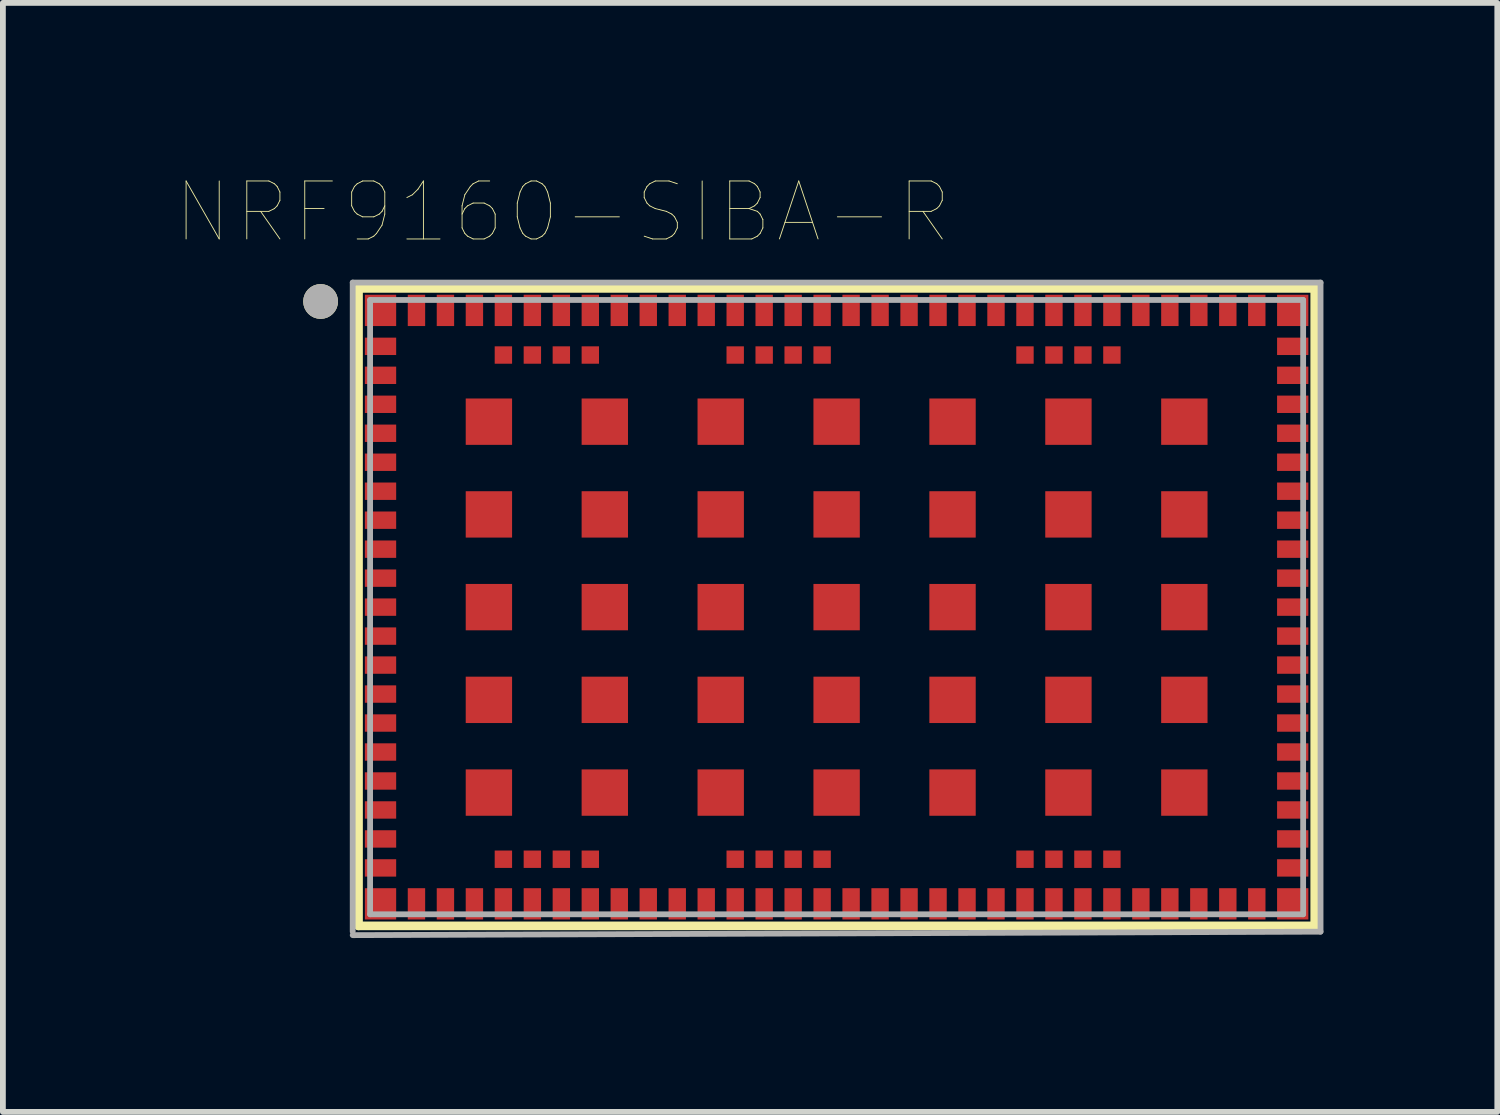
<source format=kicad_pcb>
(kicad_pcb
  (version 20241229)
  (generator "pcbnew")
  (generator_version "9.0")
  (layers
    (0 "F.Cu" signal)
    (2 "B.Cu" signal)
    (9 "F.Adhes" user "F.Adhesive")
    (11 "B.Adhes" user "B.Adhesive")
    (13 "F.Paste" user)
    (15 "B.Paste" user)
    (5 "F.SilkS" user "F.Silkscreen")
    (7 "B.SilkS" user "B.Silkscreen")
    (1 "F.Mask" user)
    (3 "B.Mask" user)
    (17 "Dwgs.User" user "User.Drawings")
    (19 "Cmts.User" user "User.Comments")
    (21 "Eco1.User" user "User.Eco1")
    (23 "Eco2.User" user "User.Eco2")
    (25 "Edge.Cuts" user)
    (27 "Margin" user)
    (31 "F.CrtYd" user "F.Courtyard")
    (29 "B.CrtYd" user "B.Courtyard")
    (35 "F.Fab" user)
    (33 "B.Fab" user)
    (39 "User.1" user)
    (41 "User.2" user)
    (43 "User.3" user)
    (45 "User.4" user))
  (footprint "NRF9160-SIBA-R"
    (layer "F.Cu")
    (at 11.386 7.426)
    (property "Reference" "NRF9160-SIBA-R" (at -4.725 -6.815 0) (layer "F.SilkS") (effects (font (size 1 1) (thickness 0.015))))
    (attr through_hole)
    (fp_line (start -8.25 -5.5) (end 8.25 -5.5) (stroke (width 0.15) (type solid)) (layer "F.SilkS"))
    (fp_line (start -8.25 5.5) (end -8.25 -5.5) (stroke (width 0.15) (type solid)) (layer "F.SilkS"))
    (fp_line (start 8.25 -5.5) (end 8.25 5.5) (stroke (width 0.15) (type solid)) (layer "F.SilkS"))
    (fp_line (start 8.25 5.5) (end -8.25 5.5) (stroke (width 0.15) (type solid)) (layer "F.SilkS"))
    (fp_circle (center -8.904 -5.274) (end -8.754 -5.274) (stroke (width 0.3) (type solid)) (fill no) (layer "F.SilkS"))
    (fp_line (start -8.35 -5.6) (end -8.35 5.6) (stroke (width 0.1) (type solid)) (layer "F.Fab"))
    (fp_line (start -8.35 5.66) (end 8.35 5.6) (stroke (width 0.1) (type solid)) (layer "F.Fab"))
    (fp_line (start -8.05 -5.3) (end -8.05 5.3) (stroke (width 0.1) (type solid)) (layer "F.Fab"))
    (fp_line (start -8.05 5.3) (end 8.05 5.3) (stroke (width 0.1) (type solid)) (layer "F.Fab"))
    (fp_line (start 8.05 -5.3) (end -8.05 -5.3) (stroke (width 0.1) (type solid)) (layer "F.Fab"))
    (fp_line (start 8.05 5.3) (end 8.05 -5.3) (stroke (width 0.1) (type solid)) (layer "F.Fab"))
    (fp_line (start 8.35 -5.6) (end -8.35 -5.6) (stroke (width 0.1) (type solid)) (layer "F.Fab"))
    (fp_line (start 8.35 5.6) (end 8.35 -5.6) (stroke (width 0.1) (type solid)) (layer "F.Fab"))
    (fp_circle (center -8.904 -5.274) (end -8.754 -5.274) (stroke (width 0.3) (type solid)) (fill no) (layer "F.Fab"))
    (pad "1" smd rect (at -7.87 -5.12) (size 0.54 0.54) (layers "F.Cu" "F.Mask" "F.Paste"))
    (pad "2" smd rect (at -7.87 -4.5) (size 0.54 0.3) (layers "F.Cu" "F.Mask" "F.Paste"))
    (pad "3" smd rect (at -7.87 -4) (size 0.54 0.3) (layers "F.Cu" "F.Mask" "F.Paste"))
    (pad "4" smd rect (at -7.87 -3.5) (size 0.54 0.3) (layers "F.Cu" "F.Mask" "F.Paste"))
    (pad "5" smd rect (at -7.87 -3) (size 0.54 0.3) (layers "F.Cu" "F.Mask" "F.Paste"))
    (pad "6" smd rect (at -7.87 -2.5) (size 0.54 0.3) (layers "F.Cu" "F.Mask" "F.Paste"))
    (pad "7" smd rect (at -7.87 -2) (size 0.54 0.3) (layers "F.Cu" "F.Mask" "F.Paste"))
    (pad "8" smd rect (at -7.87 -1.5) (size 0.54 0.3) (layers "F.Cu" "F.Mask" "F.Paste"))
    (pad "9" smd rect (at -7.87 -1) (size 0.54 0.3) (layers "F.Cu" "F.Mask" "F.Paste"))
    (pad "10" smd rect (at -7.87 -0.5) (size 0.54 0.3) (layers "F.Cu" "F.Mask" "F.Paste"))
    (pad "11" smd rect (at -7.87 0) (size 0.54 0.3) (layers "F.Cu" "F.Mask" "F.Paste"))
    (pad "12" smd rect (at -7.87 0.5) (size 0.54 0.3) (layers "F.Cu" "F.Mask" "F.Paste"))
    (pad "13" smd rect (at -7.87 1) (size 0.54 0.3) (layers "F.Cu" "F.Mask" "F.Paste"))
    (pad "14" smd rect (at -7.87 1.5) (size 0.54 0.3) (layers "F.Cu" "F.Mask" "F.Paste"))
    (pad "15" smd rect (at -7.87 2) (size 0.54 0.3) (layers "F.Cu" "F.Mask" "F.Paste"))
    (pad "16" smd rect (at -7.87 2.5) (size 0.54 0.3) (layers "F.Cu" "F.Mask" "F.Paste"))
    (pad "17" smd rect (at -7.87 3) (size 0.54 0.3) (layers "F.Cu" "F.Mask" "F.Paste"))
    (pad "18" smd rect (at -7.87 3.5) (size 0.54 0.3) (layers "F.Cu" "F.Mask" "F.Paste"))
    (pad "19" smd rect (at -7.87 4) (size 0.54 0.3) (layers "F.Cu" "F.Mask" "F.Paste"))
    (pad "20" smd rect (at -7.87 4.5) (size 0.54 0.3) (layers "F.Cu" "F.Mask" "F.Paste"))
    (pad "21" smd rect (at -7.87 5.12) (size 0.54 0.54) (layers "F.Cu" "F.Mask" "F.Paste"))
    (pad "22" smd rect (at -7.25 5.12) (size 0.3 0.54) (layers "F.Cu" "F.Mask" "F.Paste"))
    (pad "23" smd rect (at -6.75 5.12) (size 0.3 0.54) (layers "F.Cu" "F.Mask" "F.Paste"))
    (pad "24" smd rect (at -6.25 5.12) (size 0.3 0.54) (layers "F.Cu" "F.Mask" "F.Paste"))
    (pad "25" smd rect (at -5.75 5.12) (size 0.3 0.54) (layers "F.Cu" "F.Mask" "F.Paste"))
    (pad "26" smd rect (at -5.25 5.12) (size 0.3 0.54) (layers "F.Cu" "F.Mask" "F.Paste"))
    (pad "27" smd rect (at -4.75 5.12) (size 0.3 0.54) (layers "F.Cu" "F.Mask" "F.Paste"))
    (pad "28" smd rect (at -4.25 5.12) (size 0.3 0.54) (layers "F.Cu" "F.Mask" "F.Paste"))
    (pad "29" smd rect (at -3.75 5.12) (size 0.3 0.54) (layers "F.Cu" "F.Mask" "F.Paste"))
    (pad "30" smd rect (at -3.25 5.12) (size 0.3 0.54) (layers "F.Cu" "F.Mask" "F.Paste"))
    (pad "31" smd rect (at -2.75 5.12) (size 0.3 0.54) (layers "F.Cu" "F.Mask" "F.Paste"))
    (pad "32" smd rect (at -2.25 5.12) (size 0.3 0.54) (layers "F.Cu" "F.Mask" "F.Paste"))
    (pad "33" smd rect (at -1.75 5.12) (size 0.3 0.54) (layers "F.Cu" "F.Mask" "F.Paste"))
    (pad "34" smd rect (at -1.25 5.12) (size 0.3 0.54) (layers "F.Cu" "F.Mask" "F.Paste"))
    (pad "35" smd rect (at -0.75 5.12) (size 0.3 0.54) (layers "F.Cu" "F.Mask" "F.Paste"))
    (pad "36" smd rect (at -0.25 5.12) (size 0.3 0.54) (layers "F.Cu" "F.Mask" "F.Paste"))
    (pad "37" smd rect (at 0.25 5.12) (size 0.3 0.54) (layers "F.Cu" "F.Mask" "F.Paste"))
    (pad "38" smd rect (at 0.75 5.12) (size 0.3 0.54) (layers "F.Cu" "F.Mask" "F.Paste"))
    (pad "39" smd rect (at 1.25 5.12) (size 0.3 0.54) (layers "F.Cu" "F.Mask" "F.Paste"))
    (pad "40" smd rect (at 1.75 5.12) (size 0.3 0.54) (layers "F.Cu" "F.Mask" "F.Paste"))
    (pad "41" smd rect (at 2.25 5.12) (size 0.3 0.54) (layers "F.Cu" "F.Mask" "F.Paste"))
    (pad "42" smd rect (at 2.75 5.12) (size 0.3 0.54) (layers "F.Cu" "F.Mask" "F.Paste"))
    (pad "43" smd rect (at 3.25 5.12) (size 0.3 0.54) (layers "F.Cu" "F.Mask" "F.Paste"))
    (pad "44" smd rect (at 3.75 5.12) (size 0.3 0.54) (layers "F.Cu" "F.Mask" "F.Paste"))
    (pad "45" smd rect (at 4.25 5.12) (size 0.3 0.54) (layers "F.Cu" "F.Mask" "F.Paste"))
    (pad "46" smd rect (at 4.75 5.12) (size 0.3 0.54) (layers "F.Cu" "F.Mask" "F.Paste"))
    (pad "47" smd rect (at 5.25 5.12) (size 0.3 0.54) (layers "F.Cu" "F.Mask" "F.Paste"))
    (pad "48" smd rect (at 5.75 5.12) (size 0.3 0.54) (layers "F.Cu" "F.Mask" "F.Paste"))
    (pad "49" smd rect (at 6.25 5.12) (size 0.3 0.54) (layers "F.Cu" "F.Mask" "F.Paste"))
    (pad "50" smd rect (at 6.75 5.12) (size 0.3 0.54) (layers "F.Cu" "F.Mask" "F.Paste"))
    (pad "51" smd rect (at 7.25 5.12) (size 0.3 0.54) (layers "F.Cu" "F.Mask" "F.Paste"))
    (pad "52" smd rect (at 7.87 5.12) (size 0.54 0.54) (layers "F.Cu" "F.Mask" "F.Paste"))
    (pad "53" smd rect (at 7.87 4.5) (size 0.54 0.3) (layers "F.Cu" "F.Mask" "F.Paste"))
    (pad "54" smd rect (at 7.87 4) (size 0.54 0.3) (layers "F.Cu" "F.Mask" "F.Paste"))
    (pad "55" smd rect (at 7.87 3.5) (size 0.54 0.3) (layers "F.Cu" "F.Mask" "F.Paste"))
    (pad "56" smd rect (at 7.87 3) (size 0.54 0.3) (layers "F.Cu" "F.Mask" "F.Paste"))
    (pad "57" smd rect (at 7.87 2.5) (size 0.54 0.3) (layers "F.Cu" "F.Mask" "F.Paste"))
    (pad "58" smd rect (at 7.87 2) (size 0.54 0.3) (layers "F.Cu" "F.Mask" "F.Paste"))
    (pad "59" smd rect (at 7.87 1.5) (size 0.54 0.3) (layers "F.Cu" "F.Mask" "F.Paste"))
    (pad "60" smd rect (at 7.87 1) (size 0.54 0.3) (layers "F.Cu" "F.Mask" "F.Paste"))
    (pad "61" smd rect (at 7.87 0.5) (size 0.54 0.3) (layers "F.Cu" "F.Mask" "F.Paste"))
    (pad "62" smd rect (at 7.87 0) (size 0.54 0.3) (layers "F.Cu" "F.Mask" "F.Paste"))
    (pad "63" smd rect (at 7.87 -0.5) (size 0.54 0.3) (layers "F.Cu" "F.Mask" "F.Paste"))
    (pad "64" smd rect (at 7.87 -1) (size 0.54 0.3) (layers "F.Cu" "F.Mask" "F.Paste"))
    (pad "65" smd rect (at 7.87 -1.5) (size 0.54 0.3) (layers "F.Cu" "F.Mask" "F.Paste"))
    (pad "66" smd rect (at 7.87 -2) (size 0.54 0.3) (layers "F.Cu" "F.Mask" "F.Paste"))
    (pad "67" smd rect (at 7.87 -2.5) (size 0.54 0.3) (layers "F.Cu" "F.Mask" "F.Paste"))
    (pad "68" smd rect (at 7.87 -3) (size 0.54 0.3) (layers "F.Cu" "F.Mask" "F.Paste"))
    (pad "69" smd rect (at 7.87 -3.5) (size 0.54 0.3) (layers "F.Cu" "F.Mask" "F.Paste"))
    (pad "70" smd rect (at 7.87 -4) (size 0.54 0.3) (layers "F.Cu" "F.Mask" "F.Paste"))
    (pad "71" smd rect (at 7.87 -4.5) (size 0.54 0.3) (layers "F.Cu" "F.Mask" "F.Paste"))
    (pad "72" smd rect (at 7.87 -5.12) (size 0.54 0.54) (layers "F.Cu" "F.Mask" "F.Paste"))
    (pad "73" smd rect (at 7.25 -5.12) (size 0.3 0.54) (layers "F.Cu" "F.Mask" "F.Paste"))
    (pad "74" smd rect (at 6.75 -5.12) (size 0.3 0.54) (layers "F.Cu" "F.Mask" "F.Paste"))
    (pad "75" smd rect (at 6.25 -5.12) (size 0.3 0.54) (layers "F.Cu" "F.Mask" "F.Paste"))
    (pad "76" smd rect (at 5.75 -5.12) (size 0.3 0.54) (layers "F.Cu" "F.Mask" "F.Paste"))
    (pad "77" smd rect (at 5.25 -5.12) (size 0.3 0.54) (layers "F.Cu" "F.Mask" "F.Paste"))
    (pad "78" smd rect (at 4.75 -5.12) (size 0.3 0.54) (layers "F.Cu" "F.Mask" "F.Paste"))
    (pad "79" smd rect (at 4.25 -5.12) (size 0.3 0.54) (layers "F.Cu" "F.Mask" "F.Paste"))
    (pad "80" smd rect (at 3.75 -5.12) (size 0.3 0.54) (layers "F.Cu" "F.Mask" "F.Paste"))
    (pad "81" smd rect (at 3.25 -5.12) (size 0.3 0.54) (layers "F.Cu" "F.Mask" "F.Paste"))
    (pad "82" smd rect (at 2.75 -5.12) (size 0.3 0.54) (layers "F.Cu" "F.Mask" "F.Paste"))
    (pad "83" smd rect (at 2.25 -5.12) (size 0.3 0.54) (layers "F.Cu" "F.Mask" "F.Paste"))
    (pad "84" smd rect (at 1.75 -5.12) (size 0.3 0.54) (layers "F.Cu" "F.Mask" "F.Paste"))
    (pad "85" smd rect (at 1.25 -5.12) (size 0.3 0.54) (layers "F.Cu" "F.Mask" "F.Paste"))
    (pad "86" smd rect (at 0.75 -5.12) (size 0.3 0.54) (layers "F.Cu" "F.Mask" "F.Paste"))
    (pad "87" smd rect (at 0.25 -5.12) (size 0.3 0.54) (layers "F.Cu" "F.Mask" "F.Paste"))
    (pad "88" smd rect (at -0.25 -5.12) (size 0.3 0.54) (layers "F.Cu" "F.Mask" "F.Paste"))
    (pad "89" smd rect (at -0.75 -5.12) (size 0.3 0.54) (layers "F.Cu" "F.Mask" "F.Paste"))
    (pad "90" smd rect (at -1.25 -5.12) (size 0.3 0.54) (layers "F.Cu" "F.Mask" "F.Paste"))
    (pad "91" smd rect (at -1.75 -5.12) (size 0.3 0.54) (layers "F.Cu" "F.Mask" "F.Paste"))
    (pad "92" smd rect (at -2.25 -5.12) (size 0.3 0.54) (layers "F.Cu" "F.Mask" "F.Paste"))
    (pad "93" smd rect (at -2.75 -5.12) (size 0.3 0.54) (layers "F.Cu" "F.Mask" "F.Paste"))
    (pad "94" smd rect (at -3.25 -5.12) (size 0.3 0.54) (layers "F.Cu" "F.Mask" "F.Paste"))
    (pad "95" smd rect (at -3.75 -5.12) (size 0.3 0.54) (layers "F.Cu" "F.Mask" "F.Paste"))
    (pad "96" smd rect (at -4.25 -5.12) (size 0.3 0.54) (layers "F.Cu" "F.Mask" "F.Paste"))
    (pad "97" smd rect (at -4.75 -5.12) (size 0.3 0.54) (layers "F.Cu" "F.Mask" "F.Paste"))
    (pad "98" smd rect (at -5.25 -5.12) (size 0.3 0.54) (layers "F.Cu" "F.Mask" "F.Paste"))
    (pad "99" smd rect (at -5.75 -5.12) (size 0.3 0.54) (layers "F.Cu" "F.Mask" "F.Paste"))
    (pad "100" smd rect (at -6.25 -5.12) (size 0.3 0.54) (layers "F.Cu" "F.Mask" "F.Paste"))
    (pad "101" smd rect (at -6.75 -5.12) (size 0.3 0.54) (layers "F.Cu" "F.Mask" "F.Paste"))
    (pad "102" smd rect (at -7.25 -5.12) (size 0.3 0.54) (layers "F.Cu" "F.Mask" "F.Paste"))
    (pad "103_1" smd rect (at -6 3.2) (size 0.8 0.8) (layers "F.Cu" "F.Mask" "F.Paste"))
    (pad "103_2" smd rect (at -6 1.6) (size 0.8 0.8) (layers "F.Cu" "F.Mask" "F.Paste"))
    (pad "103_3" smd rect (at -6 0) (size 0.8 0.8) (layers "F.Cu" "F.Mask" "F.Paste"))
    (pad "103_4" smd rect (at -6 -1.6) (size 0.8 0.8) (layers "F.Cu" "F.Mask" "F.Paste"))
    (pad "103_5" smd rect (at -6 -3.2) (size 0.8 0.8) (layers "F.Cu" "F.Mask" "F.Paste"))
    (pad "103_6" smd rect (at -4 3.2) (size 0.8 0.8) (layers "F.Cu" "F.Mask" "F.Paste"))
    (pad "103_7" smd rect (at -4 1.6) (size 0.8 0.8) (layers "F.Cu" "F.Mask" "F.Paste"))
    (pad "103_8" smd rect (at -4 0) (size 0.8 0.8) (layers "F.Cu" "F.Mask" "F.Paste"))
    (pad "103_9" smd rect (at -4 -1.6) (size 0.8 0.8) (layers "F.Cu" "F.Mask" "F.Paste"))
    (pad "103_10" smd rect (at -4 -3.2) (size 0.8 0.8) (layers "F.Cu" "F.Mask" "F.Paste"))
    (pad "103_11" smd rect (at -2 3.2) (size 0.8 0.8) (layers "F.Cu" "F.Mask" "F.Paste"))
    (pad "103_12" smd rect (at -2 1.6) (size 0.8 0.8) (layers "F.Cu" "F.Mask" "F.Paste"))
    (pad "103_13" smd rect (at -2 0) (size 0.8 0.8) (layers "F.Cu" "F.Mask" "F.Paste"))
    (pad "103_14" smd rect (at -2 -1.6) (size 0.8 0.8) (layers "F.Cu" "F.Mask" "F.Paste"))
    (pad "103_15" smd rect (at -2 -3.2) (size 0.8 0.8) (layers "F.Cu" "F.Mask" "F.Paste"))
    (pad "103_16" smd rect (at 0 3.2) (size 0.8 0.8) (layers "F.Cu" "F.Mask" "F.Paste"))
    (pad "103_17" smd rect (at 0 1.6) (size 0.8 0.8) (layers "F.Cu" "F.Mask" "F.Paste"))
    (pad "103_18" smd rect (at 0 0) (size 0.8 0.8) (layers "F.Cu" "F.Mask" "F.Paste"))
    (pad "103_19" smd rect (at 0 -1.6) (size 0.8 0.8) (layers "F.Cu" "F.Mask" "F.Paste"))
    (pad "103_20" smd rect (at 0 -3.2) (size 0.8 0.8) (layers "F.Cu" "F.Mask" "F.Paste"))
    (pad "103_21" smd rect (at 2 3.2) (size 0.8 0.8) (layers "F.Cu" "F.Mask" "F.Paste"))
    (pad "103_22" smd rect (at 2 1.6) (size 0.8 0.8) (layers "F.Cu" "F.Mask" "F.Paste"))
    (pad "103_23" smd rect (at 2 0) (size 0.8 0.8) (layers "F.Cu" "F.Mask" "F.Paste"))
    (pad "103_24" smd rect (at 2 -1.6) (size 0.8 0.8) (layers "F.Cu" "F.Mask" "F.Paste"))
    (pad "103_25" smd rect (at 2 -3.2) (size 0.8 0.8) (layers "F.Cu" "F.Mask" "F.Paste"))
    (pad "103_26" smd rect (at 4 3.2) (size 0.8 0.8) (layers "F.Cu" "F.Mask" "F.Paste"))
    (pad "103_27" smd rect (at 4 1.6) (size 0.8 0.8) (layers "F.Cu" "F.Mask" "F.Paste"))
    (pad "103_28" smd rect (at 4 0) (size 0.8 0.8) (layers "F.Cu" "F.Mask" "F.Paste"))
    (pad "103_29" smd rect (at 4 -1.6) (size 0.8 0.8) (layers "F.Cu" "F.Mask" "F.Paste"))
    (pad "103_30" smd rect (at 4 -3.2) (size 0.8 0.8) (layers "F.Cu" "F.Mask" "F.Paste"))
    (pad "103_31" smd rect (at 6 3.2) (size 0.8 0.8) (layers "F.Cu" "F.Mask" "F.Paste"))
    (pad "103_32" smd rect (at 6 1.6) (size 0.8 0.8) (layers "F.Cu" "F.Mask" "F.Paste"))
    (pad "103_33" smd rect (at 6 0) (size 0.8 0.8) (layers "F.Cu" "F.Mask" "F.Paste"))
    (pad "103_34" smd rect (at 6 -1.6) (size 0.8 0.8) (layers "F.Cu" "F.Mask" "F.Paste"))
    (pad "103_35" smd rect (at 6 -3.2) (size 0.8 0.8) (layers "F.Cu" "F.Mask" "F.Paste"))
    (pad "104" smd rect (at -5.75 4.35) (size 0.3 0.3) (layers "F.Cu" "F.Mask" "F.Paste"))
    (pad "105" smd rect (at -5.25 4.35) (size 0.3 0.3) (layers "F.Cu" "F.Mask" "F.Paste"))
    (pad "106" smd rect (at -4.75 4.35) (size 0.3 0.3) (layers "F.Cu" "F.Mask" "F.Paste"))
    (pad "107" smd rect (at -4.25 4.35) (size 0.3 0.3) (layers "F.Cu" "F.Mask" "F.Paste"))
    (pad "108" smd rect (at -1.75 4.35) (size 0.3 0.3) (layers "F.Cu" "F.Mask" "F.Paste"))
    (pad "109" smd rect (at -1.25 4.35) (size 0.3 0.3) (layers "F.Cu" "F.Mask" "F.Paste"))
    (pad "110" smd rect (at -0.75 4.35) (size 0.3 0.3) (layers "F.Cu" "F.Mask" "F.Paste"))
    (pad "111" smd rect (at -0.25 4.35) (size 0.3 0.3) (layers "F.Cu" "F.Mask" "F.Paste"))
    (pad "112" smd rect (at 3.25 4.35) (size 0.3 0.3) (layers "F.Cu" "F.Mask" "F.Paste"))
    (pad "113" smd rect (at 3.75 4.35) (size 0.3 0.3) (layers "F.Cu" "F.Mask" "F.Paste"))
    (pad "114" smd rect (at 4.25 4.35) (size 0.3 0.3) (layers "F.Cu" "F.Mask" "F.Paste"))
    (pad "115" smd rect (at 4.75 4.35) (size 0.3 0.3) (layers "F.Cu" "F.Mask" "F.Paste"))
    (pad "116" smd rect (at 4.75 -4.35) (size 0.3 0.3) (layers "F.Cu" "F.Mask" "F.Paste"))
    (pad "117" smd rect (at 4.25 -4.35) (size 0.3 0.3) (layers "F.Cu" "F.Mask" "F.Paste"))
    (pad "118" smd rect (at 3.75 -4.35) (size 0.3 0.3) (layers "F.Cu" "F.Mask" "F.Paste"))
    (pad "119" smd rect (at 3.25 -4.35) (size 0.3 0.3) (layers "F.Cu" "F.Mask" "F.Paste"))
    (pad "120" smd rect (at -0.25 -4.35) (size 0.3 0.3) (layers "F.Cu" "F.Mask" "F.Paste"))
    (pad "121" smd rect (at -0.75 -4.35) (size 0.3 0.3) (layers "F.Cu" "F.Mask" "F.Paste"))
    (pad "122" smd rect (at -1.25 -4.35) (size 0.3 0.3) (layers "F.Cu" "F.Mask" "F.Paste"))
    (pad "123" smd rect (at -1.75 -4.35) (size 0.3 0.3) (layers "F.Cu" "F.Mask" "F.Paste"))
    (pad "124" smd rect (at -4.25 -4.35) (size 0.3 0.3) (layers "F.Cu" "F.Mask" "F.Paste"))
    (pad "125" smd rect (at -4.75 -4.35) (size 0.3 0.3) (layers "F.Cu" "F.Mask" "F.Paste"))
    (pad "126" smd rect (at -5.25 -4.35) (size 0.3 0.3) (layers "F.Cu" "F.Mask" "F.Paste"))
    (pad "127" smd rect (at -5.75 -4.35) (size 0.3 0.3) (layers "F.Cu" "F.Mask" "F.Paste")))
  (gr_rect
    (start -3 -3)
    (end 22.786 16.136)
    (stroke (width 0.1) (type default))
    (fill no)
    (layer "Edge.Cuts")))
</source>
